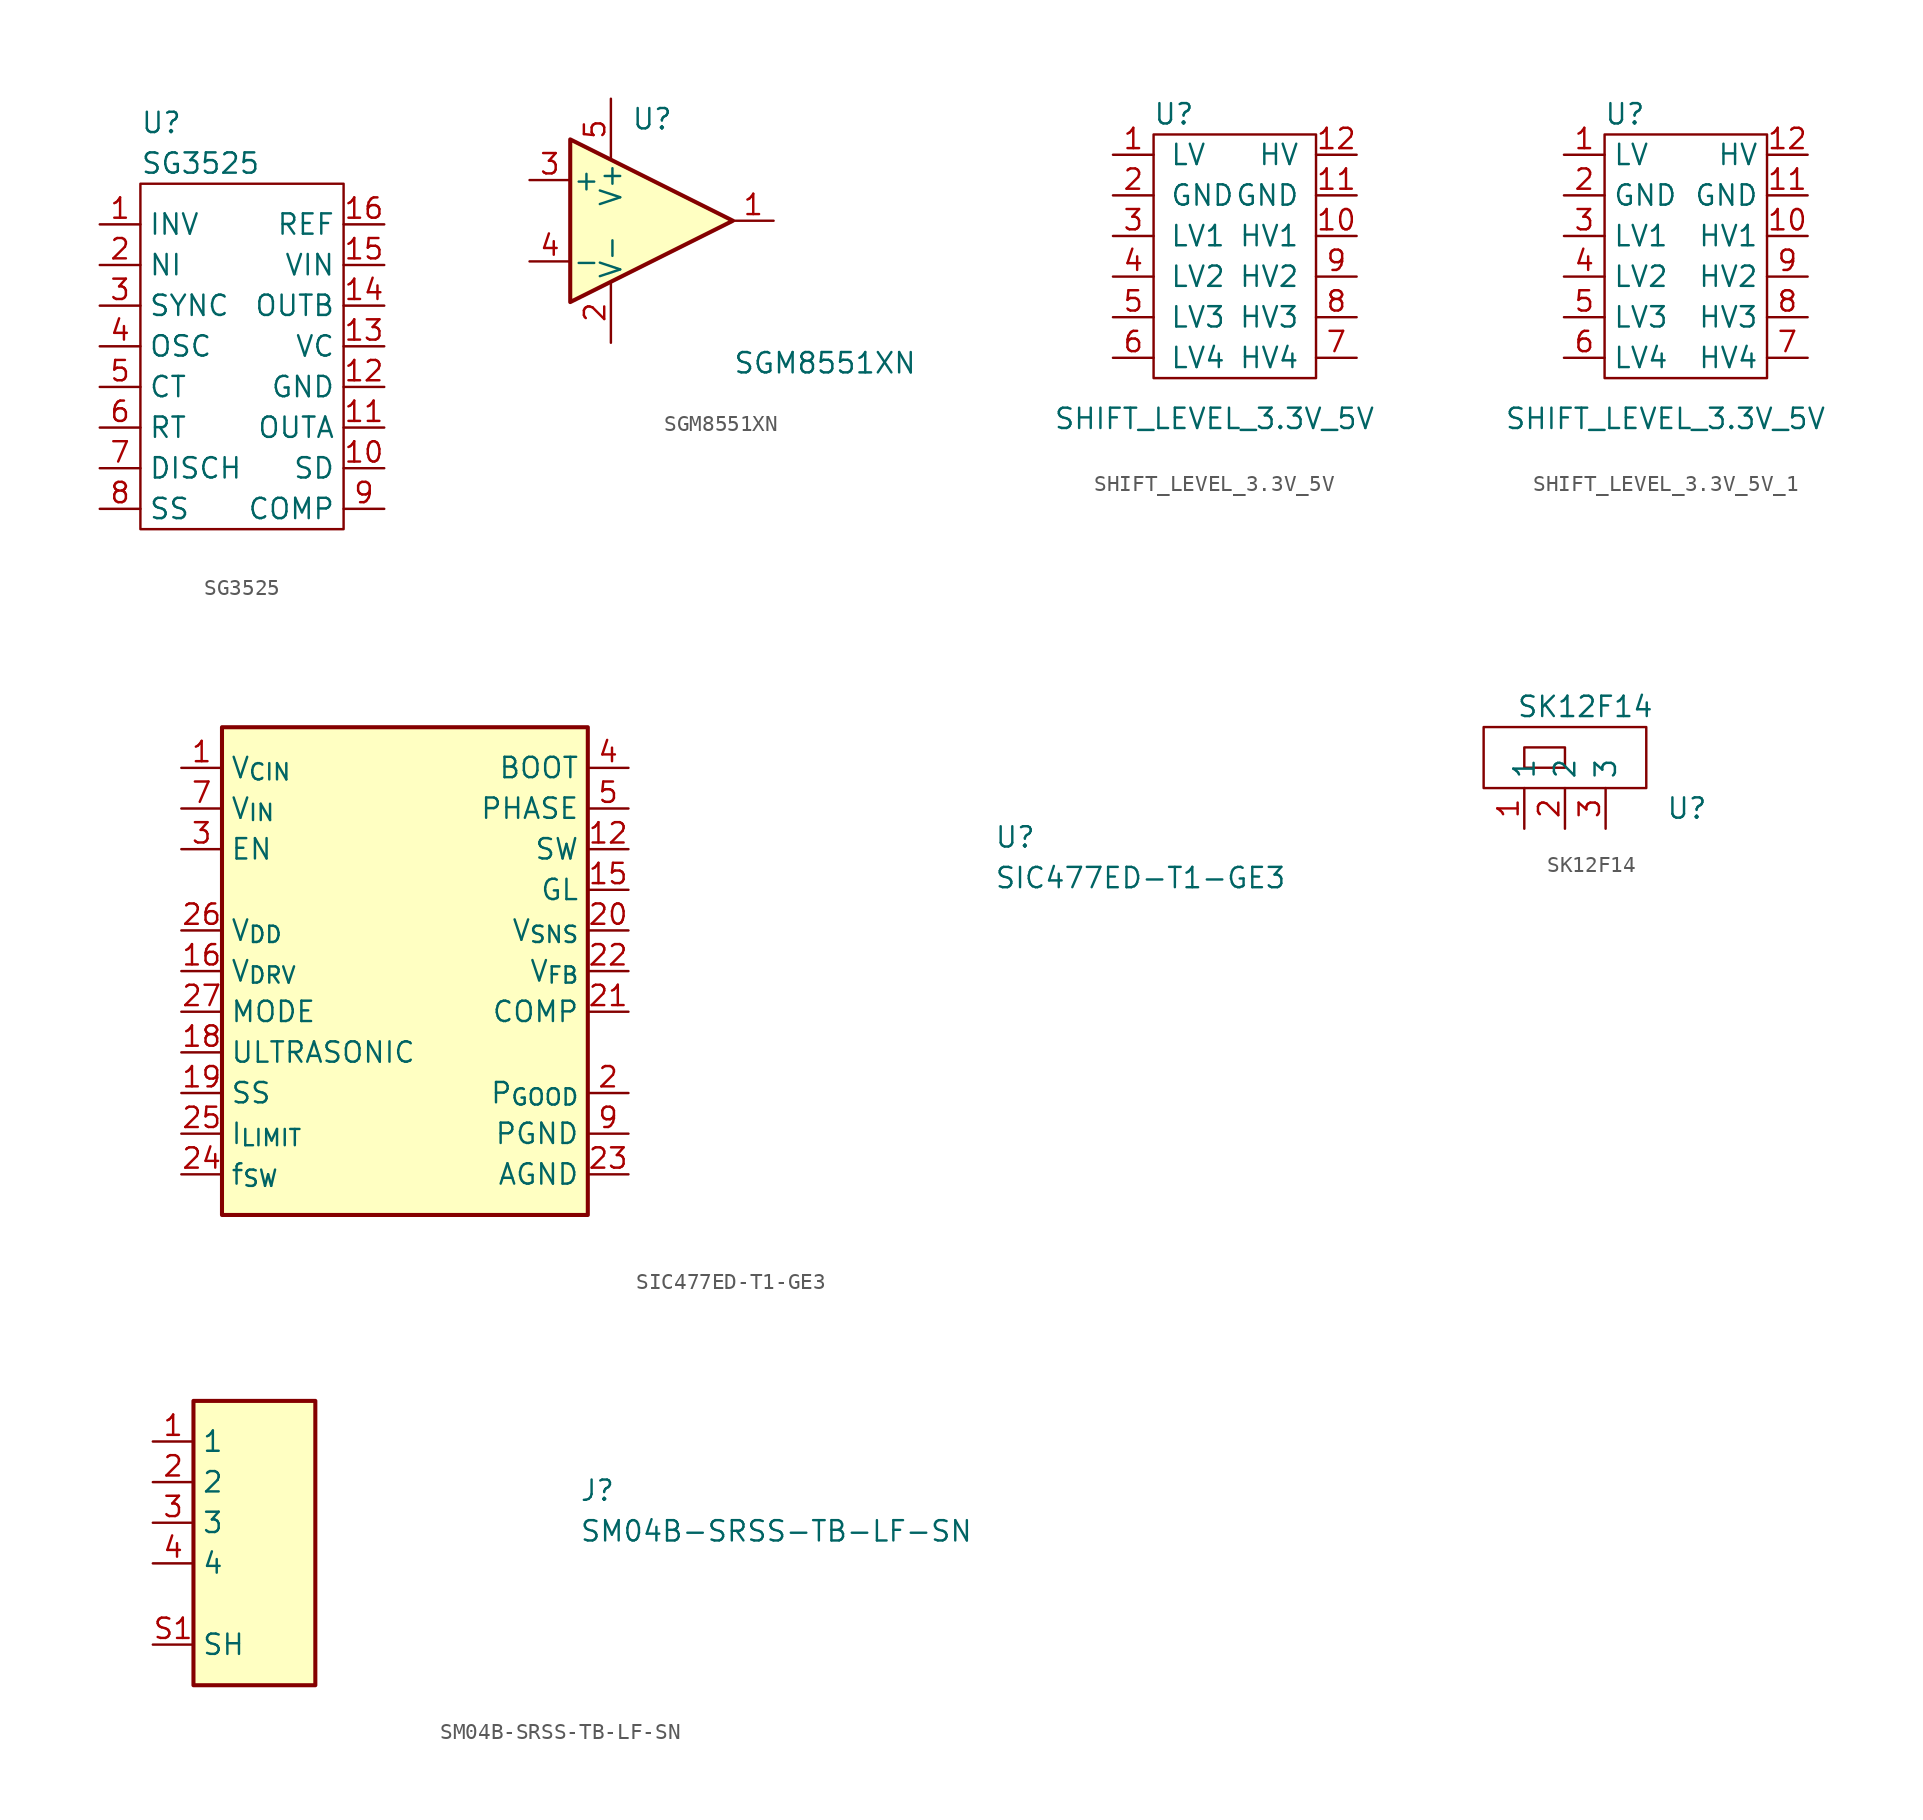
<source format=kicad_sym>
(kicad_symbol_lib
  (version 20231120)
  (generator "kicad_symbol_editor")
  (generator_version "8.0")
  (symbol "SG3525"
    (property "Reference" "U"
      (at -6.35 15.24 0)
      (effects (font (size 1.27 1.27)) (justify left)))
    (property "Value" "SG3525"
      (at -6.35 12.7 0)
      (effects (font (size 1.27 1.27)) (justify left)))
    (symbol "SG3525_0_1"
      (rectangle (start -6.35 11.43) (end 6.35 -10.16) (stroke (width 0.152) (type default)) (fill (type none))))
    (symbol "SG3525_1_1"
      (pin input line (at -8.89 8.89 0) (length 2.54) (name "INV" (effects (font (size 1.27 1.27)))) (number "1" (effects (font (size 1.27 1.27)))))
      (pin passive line (at 8.89 -6.35 180) (length 2.54) (name "SD" (effects (font (size 1.27 1.27)))) (number "10" (effects (font (size 1.27 1.27)))))
      (pin output line (at 8.89 -3.81 180) (length 2.54) (name "OUTA" (effects (font (size 1.27 1.27)))) (number "11" (effects (font (size 1.27 1.27)))))
      (pin power_in line (at 8.89 -1.27 180) (length 2.54) (name "GND" (effects (font (size 1.27 1.27)))) (number "12" (effects (font (size 1.27 1.27)))))
      (pin power_in line (at 8.89 1.27 180) (length 2.54) (name "VC" (effects (font (size 1.27 1.27)))) (number "13" (effects (font (size 1.27 1.27)))))
      (pin output line (at 8.89 3.81 180) (length 2.54) (name "OUTB" (effects (font (size 1.27 1.27)))) (number "14" (effects (font (size 1.27 1.27)))))
      (pin power_in line (at 8.89 6.35 180) (length 2.54) (name "VIN" (effects (font (size 1.27 1.27)))) (number "15" (effects (font (size 1.27 1.27)))))
      (pin power_in line (at 8.89 8.89 180) (length 2.54) (name "REF" (effects (font (size 1.27 1.27)))) (number "16" (effects (font (size 1.27 1.27)))))
      (pin input line (at -8.89 6.35 0) (length 2.54) (name "NI" (effects (font (size 1.27 1.27)))) (number "2" (effects (font (size 1.27 1.27)))))
      (pin passive line (at -8.89 3.81 0) (length 2.54) (name "SYNC" (effects (font (size 1.27 1.27)))) (number "3" (effects (font (size 1.27 1.27)))))
      (pin output line (at -8.89 1.27 0) (length 2.54) (name "OSC" (effects (font (size 1.27 1.27)))) (number "4" (effects (font (size 1.27 1.27)))))
      (pin passive line (at -8.89 -1.27 0) (length 2.54) (name "CT" (effects (font (size 1.27 1.27)))) (number "5" (effects (font (size 1.27 1.27)))))
      (pin passive line (at -8.89 -3.81 0) (length 2.54) (name "RT" (effects (font (size 1.27 1.27)))) (number "6" (effects (font (size 1.27 1.27)))))
      (pin open_collector line (at -8.89 -6.35 0) (length 2.54) (name "DISCH" (effects (font (size 1.27 1.27)))) (number "7" (effects (font (size 1.27 1.27)))))
      (pin passive line (at -8.89 -8.89 0) (length 2.54) (name "SS" (effects (font (size 1.27 1.27)))) (number "8" (effects (font (size 1.27 1.27)))))
      (pin passive line (at 8.89 -8.89 180) (length 2.54) (name "COMP" (effects (font (size 1.27 1.27)))) (number "9" (effects (font (size 1.27 1.27)))))))
  (symbol "SGM8551XN"
    (pin_names
      (offset 0.127))
    (property "Reference" "U"
      (at -1.27 6.35 0)
      (effects (font (size 1.27 1.27)) (justify left)))
    (property "Value" "SGM8551XN"
      (at 5.08 -8.89 0)
      (effects (font (size 1.27 1.27)) (justify left)))
    (symbol "SGM8551XN_0_1"
      (polyline (pts (xy -5.08 5.08) (xy 5.08 0) (xy -5.08 -5.08) (xy -5.08 5.08)) (stroke (width 0.254) (type default)) (fill (type background)))
      (pin power_in line (at -2.54 -7.62 90) (length 3.81) (name "V-" (effects (font (size 1.27 1.27)))) (number "2" (effects (font (size 1.27 1.27)))))
      (pin power_in line (at -2.54 7.62 270) (length 3.81) (name "V+" (effects (font (size 1.27 1.27)))) (number "5" (effects (font (size 1.27 1.27))))))
    (symbol "SGM8551XN_1_1"
      (pin output line (at 7.62 0 180) (length 2.54) (name "~" (effects (font (size 1.27 1.27)))) (number "1" (effects (font (size 1.27 1.27)))))
      (pin input line (at -7.62 2.54 0) (length 2.54) (name "+" (effects (font (size 1.27 1.27)))) (number "3" (effects (font (size 1.27 1.27)))))
      (pin input line (at -7.62 -2.54 0) (length 2.54) (name "-" (effects (font (size 1.27 1.27)))) (number "4" (effects (font (size 1.27 1.27)))))))
  (symbol "SHIFT_LEVEL_3.3V_5V"
    (pin_names
      (offset 1.016))
    (property "Reference" "U"
      (at 3.81 2.54 0)
      (effects (font (size 1.27 1.27))))
    (property "Value" "SHIFT_LEVEL_3.3V_5V"
      (at 6.35 -16.51 0)
      (effects (font (size 1.27 1.27))))
    (symbol "SHIFT_LEVEL_3.3V_5V_0_1"
      (rectangle (start 2.54 1.27) (end 12.7 -13.97) (stroke (width 0) (type solid)) (fill (type none))))
    (symbol "SHIFT_LEVEL_3.3V_5V_1_1"
      (pin input line (at 0 0 0) (length 2.54) (name "LV" (effects (font (size 1.27 1.27)))) (number "1" (effects (font (size 1.27 1.27)))))
      (pin input line (at 15.24 -5.08 180) (length 2.54) (name "HV1" (effects (font (size 1.27 1.27)))) (number "10" (effects (font (size 1.27 1.27)))))
      (pin input line (at 15.24 -2.54 180) (length 2.54) (name "GND" (effects (font (size 1.27 1.27)))) (number "11" (effects (font (size 1.27 1.27)))))
      (pin input line (at 15.24 0 180) (length 2.54) (name "HV" (effects (font (size 1.27 1.27)))) (number "12" (effects (font (size 1.27 1.27)))))
      (pin input line (at 0 -2.54 0) (length 2.54) (name "GND" (effects (font (size 1.27 1.27)))) (number "2" (effects (font (size 1.27 1.27)))))
      (pin input line (at 0 -5.08 0) (length 2.54) (name "LV1" (effects (font (size 1.27 1.27)))) (number "3" (effects (font (size 1.27 1.27)))))
      (pin input line (at 0 -7.62 0) (length 2.54) (name "LV2" (effects (font (size 1.27 1.27)))) (number "4" (effects (font (size 1.27 1.27)))))
      (pin input line (at 0 -10.16 0) (length 2.54) (name "LV3" (effects (font (size 1.27 1.27)))) (number "5" (effects (font (size 1.27 1.27)))))
      (pin input line (at 0 -12.7 0) (length 2.54) (name "LV4" (effects (font (size 1.27 1.27)))) (number "6" (effects (font (size 1.27 1.27)))))
      (pin input line (at 15.24 -12.7 180) (length 2.54) (name "HV4" (effects (font (size 1.27 1.27)))) (number "7" (effects (font (size 1.27 1.27)))))
      (pin input line (at 15.24 -10.16 180) (length 2.54) (name "HV3" (effects (font (size 1.27 1.27)))) (number "8" (effects (font (size 1.27 1.27)))))
      (pin input line (at 15.24 -7.62 180) (length 2.54) (name "HV2" (effects (font (size 1.27 1.27)))) (number "9" (effects (font (size 1.27 1.27)))))))
  (symbol "SHIFT_LEVEL_3.3V_5V_1"
    (property "Reference" "U"
      (at 3.81 2.54 0)
      (effects (font (size 1.27 1.27))))
    (property "Value" "SHIFT_LEVEL_3.3V_5V"
      (at 6.35 -16.51 0)
      (effects (font (size 1.27 1.27))))
    (symbol "SHIFT_LEVEL_3.3V_5V_1_0_1"
      (rectangle (start 2.54 1.27) (end 12.7 -13.97) (stroke (width 0) (type default)) (fill (type none))))
    (symbol "SHIFT_LEVEL_3.3V_5V_1_1_1"
      (pin input line (at 0 0 0) (length 2.54) (name "LV" (effects (font (size 1.27 1.27)))) (number "1" (effects (font (size 1.27 1.27)))))
      (pin input line (at 15.24 -5.08 180) (length 2.54) (name "HV1" (effects (font (size 1.27 1.27)))) (number "10" (effects (font (size 1.27 1.27)))))
      (pin input line (at 15.24 -2.54 180) (length 2.54) (name "GND" (effects (font (size 1.27 1.27)))) (number "11" (effects (font (size 1.27 1.27)))))
      (pin input line (at 15.24 0 180) (length 2.54) (name "HV" (effects (font (size 1.27 1.27)))) (number "12" (effects (font (size 1.27 1.27)))))
      (pin input line (at 0 -2.54 0) (length 2.54) (name "GND" (effects (font (size 1.27 1.27)))) (number "2" (effects (font (size 1.27 1.27)))))
      (pin input line (at 0 -5.08 0) (length 2.54) (name "LV1" (effects (font (size 1.27 1.27)))) (number "3" (effects (font (size 1.27 1.27)))))
      (pin input line (at 0 -7.62 0) (length 2.54) (name "LV2" (effects (font (size 1.27 1.27)))) (number "4" (effects (font (size 1.27 1.27)))))
      (pin input line (at 0 -10.16 0) (length 2.54) (name "LV3" (effects (font (size 1.27 1.27)))) (number "5" (effects (font (size 1.27 1.27)))))
      (pin input line (at 0 -12.7 0) (length 2.54) (name "LV4" (effects (font (size 1.27 1.27)))) (number "6" (effects (font (size 1.27 1.27)))))
      (pin input line (at 15.24 -12.7 180) (length 2.54) (name "HV4" (effects (font (size 1.27 1.27)))) (number "7" (effects (font (size 1.27 1.27)))))
      (pin input line (at 15.24 -10.16 180) (length 2.54) (name "HV3" (effects (font (size 1.27 1.27)))) (number "8" (effects (font (size 1.27 1.27)))))
      (pin input line (at 15.24 -7.62 180) (length 2.54) (name "HV2" (effects (font (size 1.27 1.27)))) (number "9" (effects (font (size 1.27 1.27)))))))
  (symbol "SIC477ED-T1-GE3"
    (property "Reference" "U"
      (at 50.8 -5.08 0)
      (effects (font (size 1.27 1.27) (thickness 0.15)) (justify left bottom)))
    (property "Value" "SIC477ED-T1-GE3"
      (at 50.8 -7.62 0)
      (effects (font (size 1.27 1.27) (thickness 0.15)) (justify left bottom)))
    (symbol "SIC477ED-T1-GE3_1_1"
      (rectangle (start 2.54 2.54) (end 25.4 -27.94) (stroke (width 0.254) (type default)) (fill (type background)))
      (pin input line (at 0 0 0) (length 2.54) (name "V_{CIN}" (effects (font (size 1.27 1.27)))) (number "1" (effects (font (size 1.27 1.27)))))
      (pin passive line (at 27.94 -22.86 180) (length 2.54) hide (name "PGND" (effects (font (size 1.27 1.27)))) (number "10" (effects (font (size 1.27 1.27)))))
      (pin passive line (at 27.94 -22.86 180) (length 2.54) hide (name "PGND" (effects (font (size 1.27 1.27)))) (number "11" (effects (font (size 1.27 1.27)))))
      (pin bidirectional line (at 27.94 -5.08 180) (length 2.54) (name "SW" (effects (font (size 1.27 1.27)))) (number "12" (effects (font (size 1.27 1.27)))))
      (pin passive line (at 27.94 -5.08 180) (length 2.54) hide (name "SW" (effects (font (size 1.27 1.27)))) (number "13" (effects (font (size 1.27 1.27)))))
      (pin passive line (at 27.94 -5.08 180) (length 2.54) hide (name "SW" (effects (font (size 1.27 1.27)))) (number "14" (effects (font (size 1.27 1.27)))))
      (pin input line (at 27.94 -7.62 180) (length 2.54) (name "GL" (effects (font (size 1.27 1.27)))) (number "15" (effects (font (size 1.27 1.27)))))
      (pin power_in line (at 0 -12.7 0) (length 2.54) (name "V_{DRV}" (effects (font (size 1.27 1.27)))) (number "16" (effects (font (size 1.27 1.27)))))
      (pin passive line (at 27.94 -22.86 180) (length 2.54) hide (name "PGND" (effects (font (size 1.27 1.27)))) (number "17" (effects (font (size 1.27 1.27)))))
      (pin bidirectional line (at 0 -17.78 0) (length 2.54) (name "ULTRASONIC" (effects (font (size 1.27 1.27)))) (number "18" (effects (font (size 1.27 1.27)))))
      (pin passive line (at 0 -20.32 0) (length 2.54) (name "SS" (effects (font (size 1.27 1.27)))) (number "19" (effects (font (size 1.27 1.27)))))
      (pin output line (at 27.94 -20.32 180) (length 2.54) (name "P_{GOOD}" (effects (font (size 1.27 1.27)))) (number "2" (effects (font (size 1.27 1.27)))))
      (pin power_in line (at 27.94 -10.16 180) (length 2.54) (name "V_{SNS}" (effects (font (size 1.27 1.27)))) (number "20" (effects (font (size 1.27 1.27)))))
      (pin bidirectional line (at 27.94 -15.24 180) (length 2.54) (name "COMP" (effects (font (size 1.27 1.27)))) (number "21" (effects (font (size 1.27 1.27)))))
      (pin input line (at 27.94 -12.7 180) (length 2.54) (name "V_{FB}" (effects (font (size 1.27 1.27)))) (number "22" (effects (font (size 1.27 1.27)))))
      (pin power_in line (at 27.94 -25.4 180) (length 2.54) (name "AGND" (effects (font (size 1.27 1.27)))) (number "23" (effects (font (size 1.27 1.27)))))
      (pin passive line (at 0 -25.4 0) (length 2.54) (name "f_{SW}" (effects (font (size 1.27 1.27)))) (number "24" (effects (font (size 1.27 1.27)))))
      (pin passive line (at 0 -22.86 0) (length 2.54) (name "I_{LIMIT}" (effects (font (size 1.27 1.27)))) (number "25" (effects (font (size 1.27 1.27)))))
      (pin power_in line (at 0 -10.16 0) (length 2.54) (name "V_{DD}" (effects (font (size 1.27 1.27)))) (number "26" (effects (font (size 1.27 1.27)))))
      (pin bidirectional line (at 0 -15.24 0) (length 2.54) (name "MODE" (effects (font (size 1.27 1.27)))) (number "27" (effects (font (size 1.27 1.27)))))
      (pin passive line (at 27.94 -25.4 180) (length 2.54) hide (name "AGND" (effects (font (size 1.27 1.27)))) (number "28" (effects (font (size 1.27 1.27)))))
      (pin input line (at 0 -5.08 0) (length 2.54) (name "EN" (effects (font (size 1.27 1.27)))) (number "3" (effects (font (size 1.27 1.27)))))
      (pin input line (at 27.94 0 180) (length 2.54) (name "BOOT" (effects (font (size 1.27 1.27)))) (number "4" (effects (font (size 1.27 1.27)))))
      (pin bidirectional line (at 27.94 -2.54 180) (length 2.54) (name "PHASE" (effects (font (size 1.27 1.27)))) (number "5" (effects (font (size 1.27 1.27)))))
      (pin passive line (at 27.94 -2.54 180) (length 2.54) hide (name "PHASE" (effects (font (size 1.27 1.27)))) (number "6" (effects (font (size 1.27 1.27)))))
      (pin input line (at 0 -2.54 0) (length 2.54) (name "V_{IN}" (effects (font (size 1.27 1.27)))) (number "7" (effects (font (size 1.27 1.27)))))
      (pin passive line (at 0 -2.54 0) (length 2.54) hide (name "V_{IN}" (effects (font (size 1.27 1.27)))) (number "8" (effects (font (size 1.27 1.27)))))
      (pin power_in line (at 27.94 -22.86 180) (length 2.54) (name "PGND" (effects (font (size 1.27 1.27)))) (number "9" (effects (font (size 1.27 1.27)))))))
  (symbol "SK12F14"
    (property "Reference" "U"
      (at 10.16 -1.27 0)
      (effects (font (size 1.27 1.27))))
    (property "Value" "SK12F14"
      (at 3.81 5.08 0)
      (effects (font (size 1.27 1.27))))
    (symbol "SK12F14_0_1"
      (rectangle (start -2.54 3.81) (end 7.62 0) (stroke (width 0) (type default)) (fill (type none)))
      (polyline (pts (xy 0 1.27) (xy 0 2.54) (xy 2.54 2.54) (xy 2.54 1.27) (xy 0 1.27)) (stroke (width 0) (type default)) (fill (type none))))
    (symbol "SK12F14_1_1"
      (pin input line (at 0 -2.54 90) (length 2.54) (name "1" (effects (font (size 1.27 1.27)))) (number "1" (effects (font (size 1.27 1.27)))))
      (pin input line (at 2.54 -2.54 90) (length 2.54) (name "2" (effects (font (size 1.27 1.27)))) (number "2" (effects (font (size 1.27 1.27)))))
      (pin input line (at 5.08 -2.54 90) (length 2.54) (name "3" (effects (font (size 1.27 1.27)))) (number "3" (effects (font (size 1.27 1.27)))))))
  (symbol "SM04B-SRSS-TB-LF-SN"
    (property "Reference" "J"
      (at 26.67 -3.81 0)
      (effects (font (size 1.27 1.27) (thickness 0.15)) (justify left bottom)))
    (property "Value" "SM04B-SRSS-TB-LF-SN"
      (at 26.67 -6.35 0)
      (effects (font (size 1.27 1.27) (thickness 0.15)) (justify left bottom)))
    (symbol "SM04B-SRSS-TB-LF-SN_1_1"
      (rectangle (start 2.54 2.54) (end 10.16 -15.24) (stroke (width 0.254) (type default)) (fill (type background)))
      (pin passive line (at 0 0 0) (length 2.54) (name "1" (effects (font (size 1.27 1.27)))) (number "1" (effects (font (size 1.27 1.27)))))
      (pin passive line (at 0 -2.54 0) (length 2.54) (name "2" (effects (font (size 1.27 1.27)))) (number "2" (effects (font (size 1.27 1.27)))))
      (pin passive line (at 0 -5.08 0) (length 2.54) (name "3" (effects (font (size 1.27 1.27)))) (number "3" (effects (font (size 1.27 1.27)))))
      (pin passive line (at 0 -7.62 0) (length 2.54) (name "4" (effects (font (size 1.27 1.27)))) (number "4" (effects (font (size 1.27 1.27)))))
      (pin passive line (at 0 -12.7 0) (length 2.54) (name "SH" (effects (font (size 1.27 1.27)))) (number "S1" (effects (font (size 1.27 1.27)))))
      (pin passive line (at 0 -12.7 0) (length 2.54) hide (name "SH" (effects (font (size 1.27 1.27)))) (number "S2" (effects (font (size 1.27 1.27))))))))
</source>
